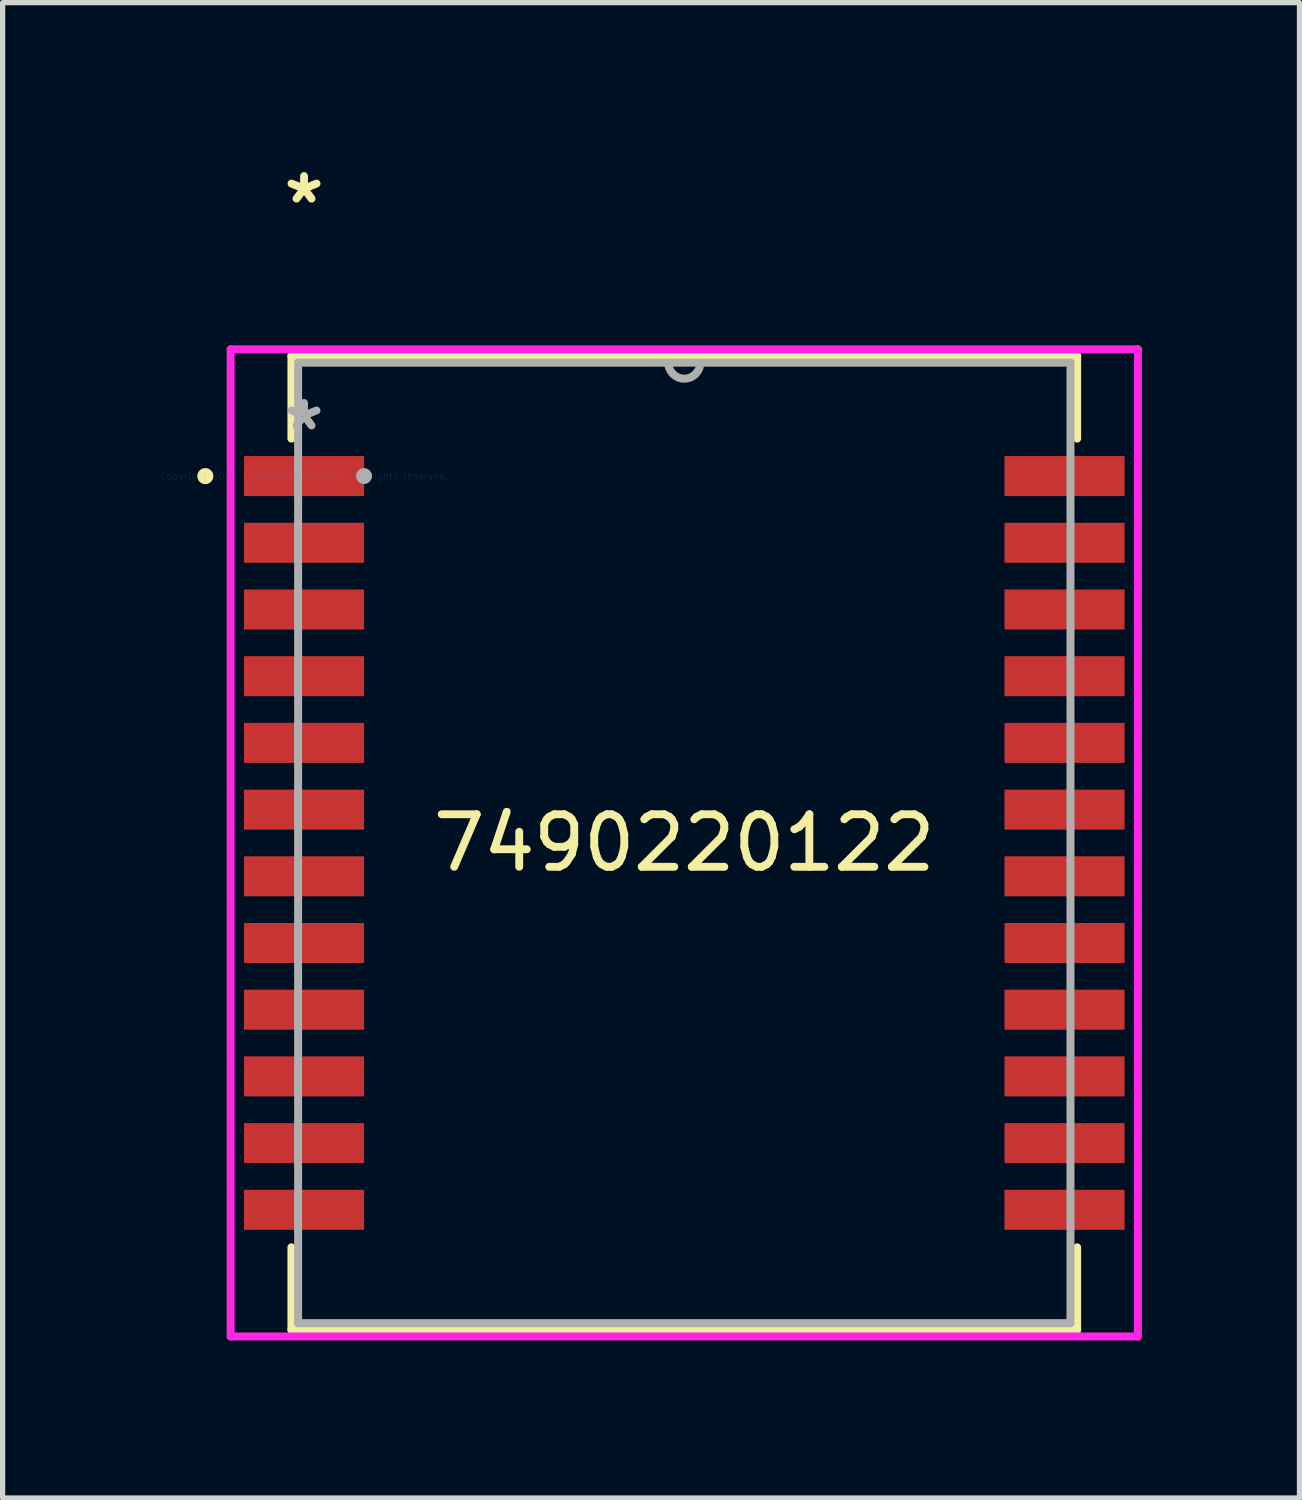
<source format=kicad_pcb>
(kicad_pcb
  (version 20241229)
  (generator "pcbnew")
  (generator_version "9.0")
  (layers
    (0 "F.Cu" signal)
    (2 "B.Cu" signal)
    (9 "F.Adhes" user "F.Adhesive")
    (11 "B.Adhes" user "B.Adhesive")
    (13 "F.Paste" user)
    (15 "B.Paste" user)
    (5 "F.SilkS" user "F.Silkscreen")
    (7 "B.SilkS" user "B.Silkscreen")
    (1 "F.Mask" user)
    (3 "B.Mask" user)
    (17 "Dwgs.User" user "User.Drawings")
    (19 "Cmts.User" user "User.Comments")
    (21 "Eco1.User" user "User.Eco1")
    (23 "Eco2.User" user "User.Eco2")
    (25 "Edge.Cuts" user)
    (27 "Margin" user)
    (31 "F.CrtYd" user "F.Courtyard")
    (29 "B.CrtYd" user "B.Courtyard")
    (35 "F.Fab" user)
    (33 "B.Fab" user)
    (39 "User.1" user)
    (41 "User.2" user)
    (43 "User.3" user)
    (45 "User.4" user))
  (footprint "7490220122"
    (layer "F.Cu")
    (at 2.739 6.015)
    (property "Reference" "7490220122" (at 7.24 6.984 0) (layer "F.SilkS") (effects (font (size 1 1) (thickness 0.15))))
    (attr through_hole)
    (fp_line (start -0.24 -2.287) (end -0.24 -0.714) (stroke (width 0.152) (type solid)) (layer "F.SilkS"))
    (fp_line (start -0.24 14.684) (end -0.24 16.255) (stroke (width 0.152) (type solid)) (layer "F.SilkS"))
    (fp_line (start -0.24 16.255) (end 14.72 16.255) (stroke (width 0.152) (type solid)) (layer "F.SilkS"))
    (fp_line (start 14.72 -2.287) (end -0.24 -2.287) (stroke (width 0.152) (type solid)) (layer "F.SilkS"))
    (fp_line (start 14.72 -0.714) (end 14.72 -2.287) (stroke (width 0.152) (type solid)) (layer "F.SilkS"))
    (fp_line (start 14.72 16.255) (end 14.72 14.684) (stroke (width 0.152) (type solid)) (layer "F.SilkS"))
    (fp_circle (center -1.88 0) (end -1.803 0) (stroke (width 0.152) (type solid)) (fill no) (layer "F.SilkS"))
    (fp_line (start -1.397 -2.414) (end 15.877 -2.414) (stroke (width 0.152) (type solid)) (layer "F.CrtYd"))
    (fp_line (start -1.397 16.382) (end -1.397 -2.414) (stroke (width 0.152) (type solid)) (layer "F.CrtYd"))
    (fp_line (start 15.877 -2.414) (end 15.877 16.382) (stroke (width 0.152) (type solid)) (layer "F.CrtYd"))
    (fp_line (start 15.877 16.382) (end -1.397 16.382) (stroke (width 0.152) (type solid)) (layer "F.CrtYd"))
    (fp_line (start -0.113 -2.16) (end -0.113 16.128) (stroke (width 0.152) (type solid)) (layer "F.Fab"))
    (fp_line (start -0.113 16.128) (end 14.593 16.128) (stroke (width 0.152) (type solid)) (layer "F.Fab"))
    (fp_line (start 14.593 -2.16) (end -0.113 -2.16) (stroke (width 0.152) (type solid)) (layer "F.Fab"))
    (fp_line (start 14.593 16.128) (end 14.593 -2.16) (stroke (width 0.152) (type solid)) (layer "F.Fab"))
    (fp_arc (start 7.544799 -2.16) (mid 7.239999 -1.8552) (end 6.935199 -2.16) (stroke (width 0.1524) (type solid)) (layer "F.Fab"))
    (fp_circle (center 1.143 0) (end 1.219 0) (stroke (width 0.152) (type solid)) (fill no) (layer "F.Fab"))
    (fp_text user "*" (at 0 -5.167 0) (layer "F.SilkS") (effects (font (size 1 1) (thickness 0.15))))
    (fp_text user "Copyright 2016 Accelerated Designs. All rights reserved." (at 0 0 0) (layer "Cmts.User") (effects (font (size 0.127 0.127) (thickness 0.002))))
    (fp_text user "*" (at 0 -0.847 0) (layer "F.Fab") (effects (font (size 1 1) (thickness 0.15))))
    (pad "1" smd rect (at 0 0) (size 2.286 0.762) (layers "F.Cu" "F.Mask" "F.Paste"))
    (pad "2" smd rect (at 0 1.27) (size 2.286 0.762) (layers "F.Cu" "F.Mask" "F.Paste"))
    (pad "3" smd rect (at 0 2.54) (size 2.286 0.762) (layers "F.Cu" "F.Mask" "F.Paste"))
    (pad "4" smd rect (at 0 3.81) (size 2.286 0.762) (layers "F.Cu" "F.Mask" "F.Paste"))
    (pad "5" smd rect (at 0 5.08) (size 2.286 0.762) (layers "F.Cu" "F.Mask" "F.Paste"))
    (pad "6" smd rect (at 0 6.35) (size 2.286 0.762) (layers "F.Cu" "F.Mask" "F.Paste"))
    (pad "7" smd rect (at 0 7.62) (size 2.286 0.762) (layers "F.Cu" "F.Mask" "F.Paste"))
    (pad "8" smd rect (at 0 8.89) (size 2.286 0.762) (layers "F.Cu" "F.Mask" "F.Paste"))
    (pad "9" smd rect (at 0 10.16) (size 2.286 0.762) (layers "F.Cu" "F.Mask" "F.Paste"))
    (pad "10" smd rect (at 0 11.43) (size 2.286 0.762) (layers "F.Cu" "F.Mask" "F.Paste"))
    (pad "11" smd rect (at 0 12.7) (size 2.286 0.762) (layers "F.Cu" "F.Mask" "F.Paste"))
    (pad "12" smd rect (at 0 13.97) (size 2.286 0.762) (layers "F.Cu" "F.Mask" "F.Paste"))
    (pad "13" smd rect (at 14.48 13.97) (size 2.286 0.762) (layers "F.Cu" "F.Mask" "F.Paste"))
    (pad "14" smd rect (at 14.48 12.7) (size 2.286 0.762) (layers "F.Cu" "F.Mask" "F.Paste"))
    (pad "15" smd rect (at 14.48 11.43) (size 2.286 0.762) (layers "F.Cu" "F.Mask" "F.Paste"))
    (pad "16" smd rect (at 14.48 10.16) (size 2.286 0.762) (layers "F.Cu" "F.Mask" "F.Paste"))
    (pad "17" smd rect (at 14.48 8.89) (size 2.286 0.762) (layers "F.Cu" "F.Mask" "F.Paste"))
    (pad "18" smd rect (at 14.48 7.62) (size 2.286 0.762) (layers "F.Cu" "F.Mask" "F.Paste"))
    (pad "19" smd rect (at 14.48 6.35) (size 2.286 0.762) (layers "F.Cu" "F.Mask" "F.Paste"))
    (pad "20" smd rect (at 14.48 5.08) (size 2.286 0.762) (layers "F.Cu" "F.Mask" "F.Paste"))
    (pad "21" smd rect (at 14.48 3.81) (size 2.286 0.762) (layers "F.Cu" "F.Mask" "F.Paste"))
    (pad "22" smd rect (at 14.48 2.54) (size 2.286 0.762) (layers "F.Cu" "F.Mask" "F.Paste"))
    (pad "23" smd rect (at 14.48 1.27) (size 2.286 0.762) (layers "F.Cu" "F.Mask" "F.Paste"))
    (pad "24" smd rect (at 14.48 0) (size 2.286 0.762) (layers "F.Cu" "F.Mask" "F.Paste")))
  (gr_rect
    (start -3 -3)
    (end 21.692 25.473)
    (stroke (width 0.1) (type default))
    (fill no)
    (layer "Edge.Cuts")))
</source>
